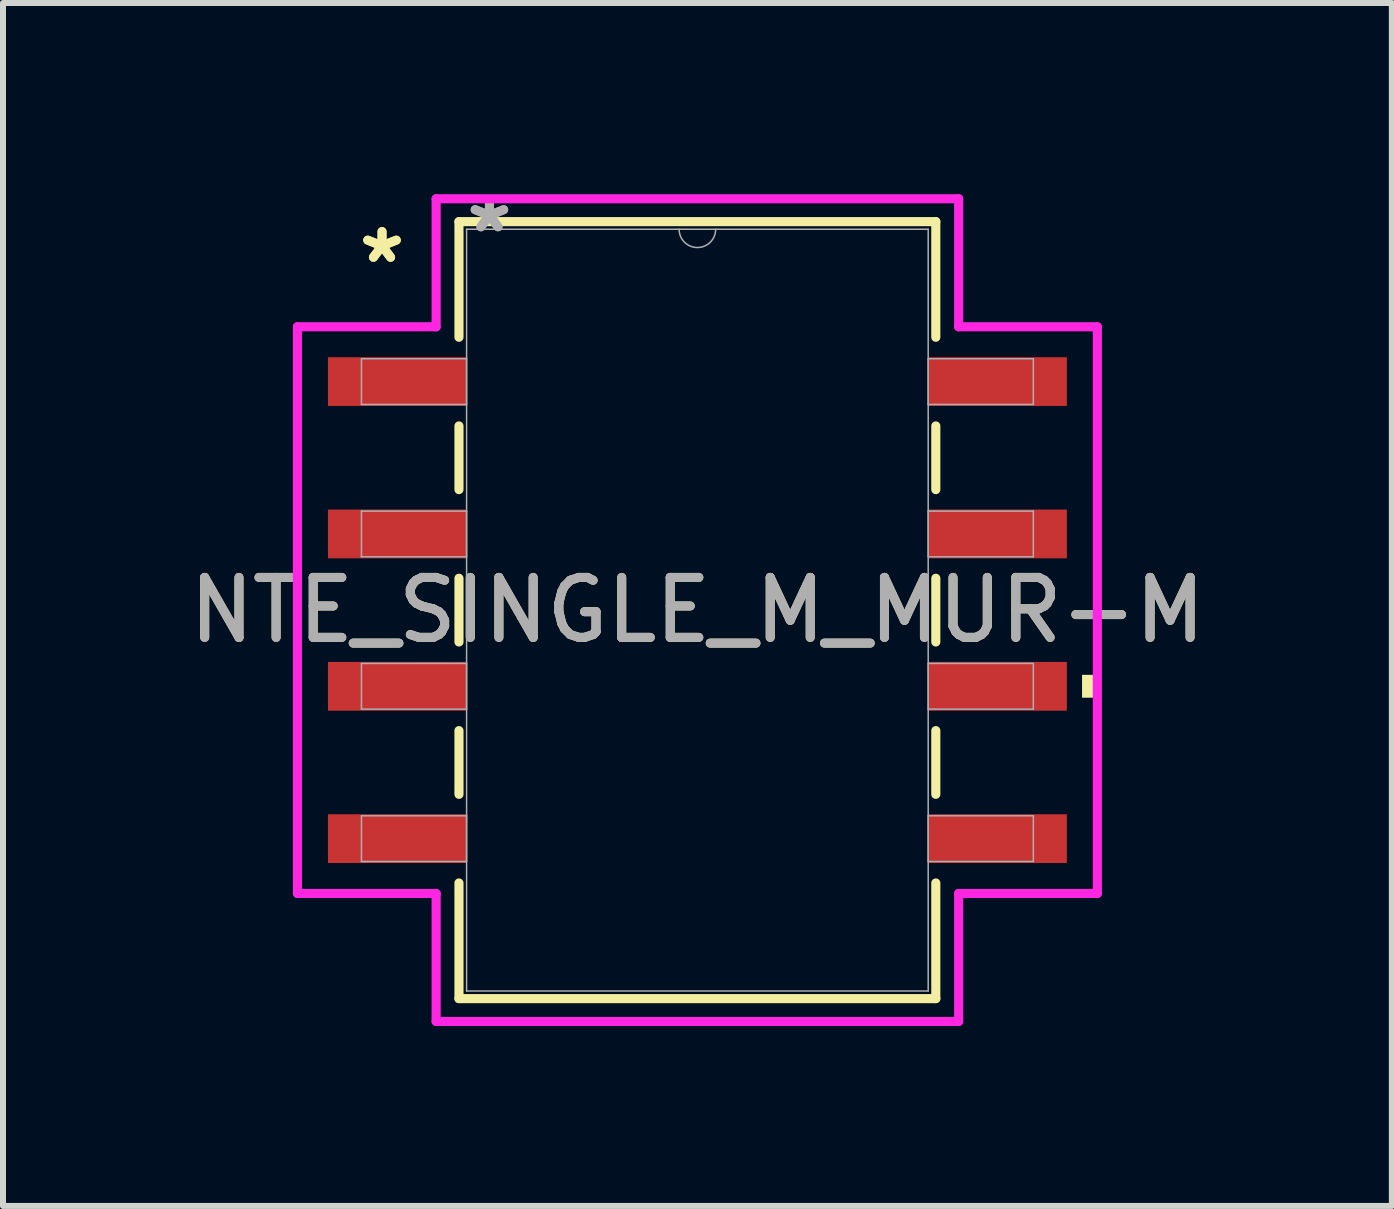
<source format=kicad_pcb>
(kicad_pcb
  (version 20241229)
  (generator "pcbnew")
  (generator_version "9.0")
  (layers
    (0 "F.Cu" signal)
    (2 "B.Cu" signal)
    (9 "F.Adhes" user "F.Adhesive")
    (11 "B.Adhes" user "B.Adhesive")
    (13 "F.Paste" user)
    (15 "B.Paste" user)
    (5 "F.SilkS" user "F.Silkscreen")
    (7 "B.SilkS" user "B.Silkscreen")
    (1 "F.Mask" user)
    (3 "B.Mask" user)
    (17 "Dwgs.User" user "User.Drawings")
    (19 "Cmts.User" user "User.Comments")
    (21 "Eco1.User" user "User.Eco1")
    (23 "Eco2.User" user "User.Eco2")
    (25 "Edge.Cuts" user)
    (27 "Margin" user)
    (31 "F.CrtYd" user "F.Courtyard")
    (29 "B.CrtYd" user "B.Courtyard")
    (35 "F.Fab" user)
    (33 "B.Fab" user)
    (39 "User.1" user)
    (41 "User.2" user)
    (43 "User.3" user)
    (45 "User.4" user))
  (footprint "NTE_SINGLE_M_MUR-M"
    (layer "F.Cu")
    (at 8.577 7.122)
    (property "Reference" "NTE_SINGLE_M_MUR-M" (at 0 0 0) (unlocked yes) (layer "F.SilkS") (effects (font (size 1 1) (thickness 0.15))))
    (attr smd)
    (fp_line (start -3.975 -6.477) (end -3.975 -4.549) (stroke (width 0.152) (type solid)) (layer "F.SilkS"))
    (fp_line (start -3.975 -3.071) (end -3.975 -2.009) (stroke (width 0.152) (type solid)) (layer "F.SilkS"))
    (fp_line (start -3.975 -0.531) (end -3.975 0.531) (stroke (width 0.152) (type solid)) (layer "F.SilkS"))
    (fp_line (start -3.975 2.009) (end -3.975 3.071) (stroke (width 0.152) (type solid)) (layer "F.SilkS"))
    (fp_line (start -3.975 4.549) (end -3.975 6.477) (stroke (width 0.152) (type solid)) (layer "F.SilkS"))
    (fp_line (start -3.975 6.477) (end 3.975 6.477) (stroke (width 0.152) (type solid)) (layer "F.SilkS"))
    (fp_line (start 3.975 -6.477) (end -3.975 -6.477) (stroke (width 0.152) (type solid)) (layer "F.SilkS"))
    (fp_line (start 3.975 -4.549) (end 3.975 -6.477) (stroke (width 0.152) (type solid)) (layer "F.SilkS"))
    (fp_line (start 3.975 -2.009) (end 3.975 -3.071) (stroke (width 0.152) (type solid)) (layer "F.SilkS"))
    (fp_line (start 3.975 0.531) (end 3.975 -0.531) (stroke (width 0.152) (type solid)) (layer "F.SilkS"))
    (fp_line (start 3.975 3.071) (end 3.975 2.009) (stroke (width 0.152) (type solid)) (layer "F.SilkS"))
    (fp_line (start 3.975 6.477) (end 3.975 4.549) (stroke (width 0.152) (type solid)) (layer "F.SilkS"))
    (fp_poly (pts (xy 6.668 1.079) (xy 6.668 1.46) (xy 6.413 1.46) (xy 6.413 1.079)) (stroke (width 0) (type solid)) (fill yes) (layer "F.SilkS"))
    (fp_line (start -6.668 -4.724) (end -4.356 -4.724) (stroke (width 0.152) (type solid)) (layer "F.CrtYd"))
    (fp_line (start -6.668 4.724) (end -6.668 -4.724) (stroke (width 0.152) (type solid)) (layer "F.CrtYd"))
    (fp_line (start -6.668 4.724) (end -4.356 4.724) (stroke (width 0.152) (type solid)) (layer "F.CrtYd"))
    (fp_line (start -4.356 -6.858) (end 4.356 -6.858) (stroke (width 0.152) (type solid)) (layer "F.CrtYd"))
    (fp_line (start -4.356 -4.724) (end -4.356 -6.858) (stroke (width 0.152) (type solid)) (layer "F.CrtYd"))
    (fp_line (start -4.356 6.858) (end -4.356 4.724) (stroke (width 0.152) (type solid)) (layer "F.CrtYd"))
    (fp_line (start 4.356 -6.858) (end 4.356 -4.724) (stroke (width 0.152) (type solid)) (layer "F.CrtYd"))
    (fp_line (start 4.356 4.724) (end 4.356 6.858) (stroke (width 0.152) (type solid)) (layer "F.CrtYd"))
    (fp_line (start 4.356 6.858) (end -4.356 6.858) (stroke (width 0.152) (type solid)) (layer "F.CrtYd"))
    (fp_line (start 6.668 -4.724) (end 4.356 -4.724) (stroke (width 0.152) (type solid)) (layer "F.CrtYd"))
    (fp_line (start 6.668 -4.724) (end 6.668 4.724) (stroke (width 0.152) (type solid)) (layer "F.CrtYd"))
    (fp_line (start 6.668 4.724) (end 4.356 4.724) (stroke (width 0.152) (type solid)) (layer "F.CrtYd"))
    (fp_line (start -5.601 -4.191) (end -5.601 -3.429) (stroke (width 0.025) (type solid)) (layer "F.Fab"))
    (fp_line (start -5.601 -3.429) (end -3.848 -3.429) (stroke (width 0.025) (type solid)) (layer "F.Fab"))
    (fp_line (start -5.601 -1.651) (end -5.601 -0.889) (stroke (width 0.025) (type solid)) (layer "F.Fab"))
    (fp_line (start -5.601 -0.889) (end -3.848 -0.889) (stroke (width 0.025) (type solid)) (layer "F.Fab"))
    (fp_line (start -5.601 0.889) (end -5.601 1.651) (stroke (width 0.025) (type solid)) (layer "F.Fab"))
    (fp_line (start -5.601 1.651) (end -3.848 1.651) (stroke (width 0.025) (type solid)) (layer "F.Fab"))
    (fp_line (start -5.601 3.429) (end -5.601 4.191) (stroke (width 0.025) (type solid)) (layer "F.Fab"))
    (fp_line (start -5.601 4.191) (end -3.848 4.191) (stroke (width 0.025) (type solid)) (layer "F.Fab"))
    (fp_line (start -3.848 -6.35) (end -3.848 6.35) (stroke (width 0.025) (type solid)) (layer "F.Fab"))
    (fp_line (start -3.848 -4.191) (end -5.601 -4.191) (stroke (width 0.025) (type solid)) (layer "F.Fab"))
    (fp_line (start -3.848 -3.429) (end -3.848 -4.191) (stroke (width 0.025) (type solid)) (layer "F.Fab"))
    (fp_line (start -3.848 -1.651) (end -5.601 -1.651) (stroke (width 0.025) (type solid)) (layer "F.Fab"))
    (fp_line (start -3.848 -0.889) (end -3.848 -1.651) (stroke (width 0.025) (type solid)) (layer "F.Fab"))
    (fp_line (start -3.848 0.889) (end -5.601 0.889) (stroke (width 0.025) (type solid)) (layer "F.Fab"))
    (fp_line (start -3.848 1.651) (end -3.848 0.889) (stroke (width 0.025) (type solid)) (layer "F.Fab"))
    (fp_line (start -3.848 3.429) (end -5.601 3.429) (stroke (width 0.025) (type solid)) (layer "F.Fab"))
    (fp_line (start -3.848 4.191) (end -3.848 3.429) (stroke (width 0.025) (type solid)) (layer "F.Fab"))
    (fp_line (start -3.848 6.35) (end 3.848 6.35) (stroke (width 0.025) (type solid)) (layer "F.Fab"))
    (fp_line (start 3.848 -6.35) (end -3.848 -6.35) (stroke (width 0.025) (type solid)) (layer "F.Fab"))
    (fp_line (start 3.848 -4.191) (end 3.848 -3.429) (stroke (width 0.025) (type solid)) (layer "F.Fab"))
    (fp_line (start 3.848 -3.429) (end 5.601 -3.429) (stroke (width 0.025) (type solid)) (layer "F.Fab"))
    (fp_line (start 3.848 -1.651) (end 3.848 -0.889) (stroke (width 0.025) (type solid)) (layer "F.Fab"))
    (fp_line (start 3.848 -0.889) (end 5.601 -0.889) (stroke (width 0.025) (type solid)) (layer "F.Fab"))
    (fp_line (start 3.848 0.889) (end 3.848 1.651) (stroke (width 0.025) (type solid)) (layer "F.Fab"))
    (fp_line (start 3.848 1.651) (end 5.601 1.651) (stroke (width 0.025) (type solid)) (layer "F.Fab"))
    (fp_line (start 3.848 3.429) (end 3.848 4.191) (stroke (width 0.025) (type solid)) (layer "F.Fab"))
    (fp_line (start 3.848 4.191) (end 5.601 4.191) (stroke (width 0.025) (type solid)) (layer "F.Fab"))
    (fp_line (start 3.848 6.35) (end 3.848 -6.35) (stroke (width 0.025) (type solid)) (layer "F.Fab"))
    (fp_line (start 5.601 -4.191) (end 3.848 -4.191) (stroke (width 0.025) (type solid)) (layer "F.Fab"))
    (fp_line (start 5.601 -3.429) (end 5.601 -4.191) (stroke (width 0.025) (type solid)) (layer "F.Fab"))
    (fp_line (start 5.601 -1.651) (end 3.848 -1.651) (stroke (width 0.025) (type solid)) (layer "F.Fab"))
    (fp_line (start 5.601 -0.889) (end 5.601 -1.651) (stroke (width 0.025) (type solid)) (layer "F.Fab"))
    (fp_line (start 5.601 0.889) (end 3.848 0.889) (stroke (width 0.025) (type solid)) (layer "F.Fab"))
    (fp_line (start 5.601 1.651) (end 5.601 0.889) (stroke (width 0.025) (type solid)) (layer "F.Fab"))
    (fp_line (start 5.601 3.429) (end 3.848 3.429) (stroke (width 0.025) (type solid)) (layer "F.Fab"))
    (fp_line (start 5.601 4.191) (end 5.601 3.429) (stroke (width 0.025) (type solid)) (layer "F.Fab"))
    (fp_arc (start 0.3048 -6.35) (mid 0 -6.0452) (end -0.3048 -6.35) (stroke (width 0.0254) (type solid)) (layer "F.Fab"))
    (fp_text user "*" (at -5.258 -5.766 0) (unlocked yes) (layer "F.SilkS") (effects (font (size 1 1) (thickness 0.15))))
    (fp_text user "*" (at -5.258 -5.766 0) (layer "F.SilkS") (effects (font (size 1 1) (thickness 0.15))))
    (fp_text user "${REFERENCE}" (at 0 0 0) (unlocked yes) (layer "F.Fab") (effects (font (size 1 1) (thickness 0.15))))
    (fp_text user "*" (at -3.467 -6.274 0) (unlocked yes) (layer "F.Fab") (effects (font (size 1 1) (thickness 0.15))))
    (fp_text user "*" (at -3.467 -6.274 0) (layer "F.Fab") (effects (font (size 1 1) (thickness 0.15))))
    (pad "1" smd rect (at -5.004 -3.81) (size 2.311 0.813) (layers "F.Cu" "F.Mask" "F.Paste"))
    (pad "3" smd rect (at -5.004 -1.27) (size 2.311 0.813) (layers "F.Cu" "F.Mask" "F.Paste"))
    (pad "5" smd rect (at -5.004 1.27) (size 2.311 0.813) (layers "F.Cu" "F.Mask" "F.Paste"))
    (pad "7" smd rect (at -5.004 3.81) (size 2.311 0.813) (layers "F.Cu" "F.Mask" "F.Paste"))
    (pad "8" smd rect (at 5.004 3.81) (size 2.311 0.813) (layers "F.Cu" "F.Mask" "F.Paste"))
    (pad "10" smd rect (at 5.004 1.27) (size 2.311 0.813) (layers "F.Cu" "F.Mask" "F.Paste"))
    (pad "12" smd rect (at 5.004 -1.27) (size 2.311 0.813) (layers "F.Cu" "F.Mask" "F.Paste"))
    (pad "14" smd rect (at 5.004 -3.81) (size 2.311 0.813) (layers "F.Cu" "F.Mask" "F.Paste")))
  (gr_rect
    (start -3 -3)
    (end 20.155 17.056)
    (stroke (width 0.1) (type default))
    (fill no)
    (layer "Edge.Cuts")))
</source>
